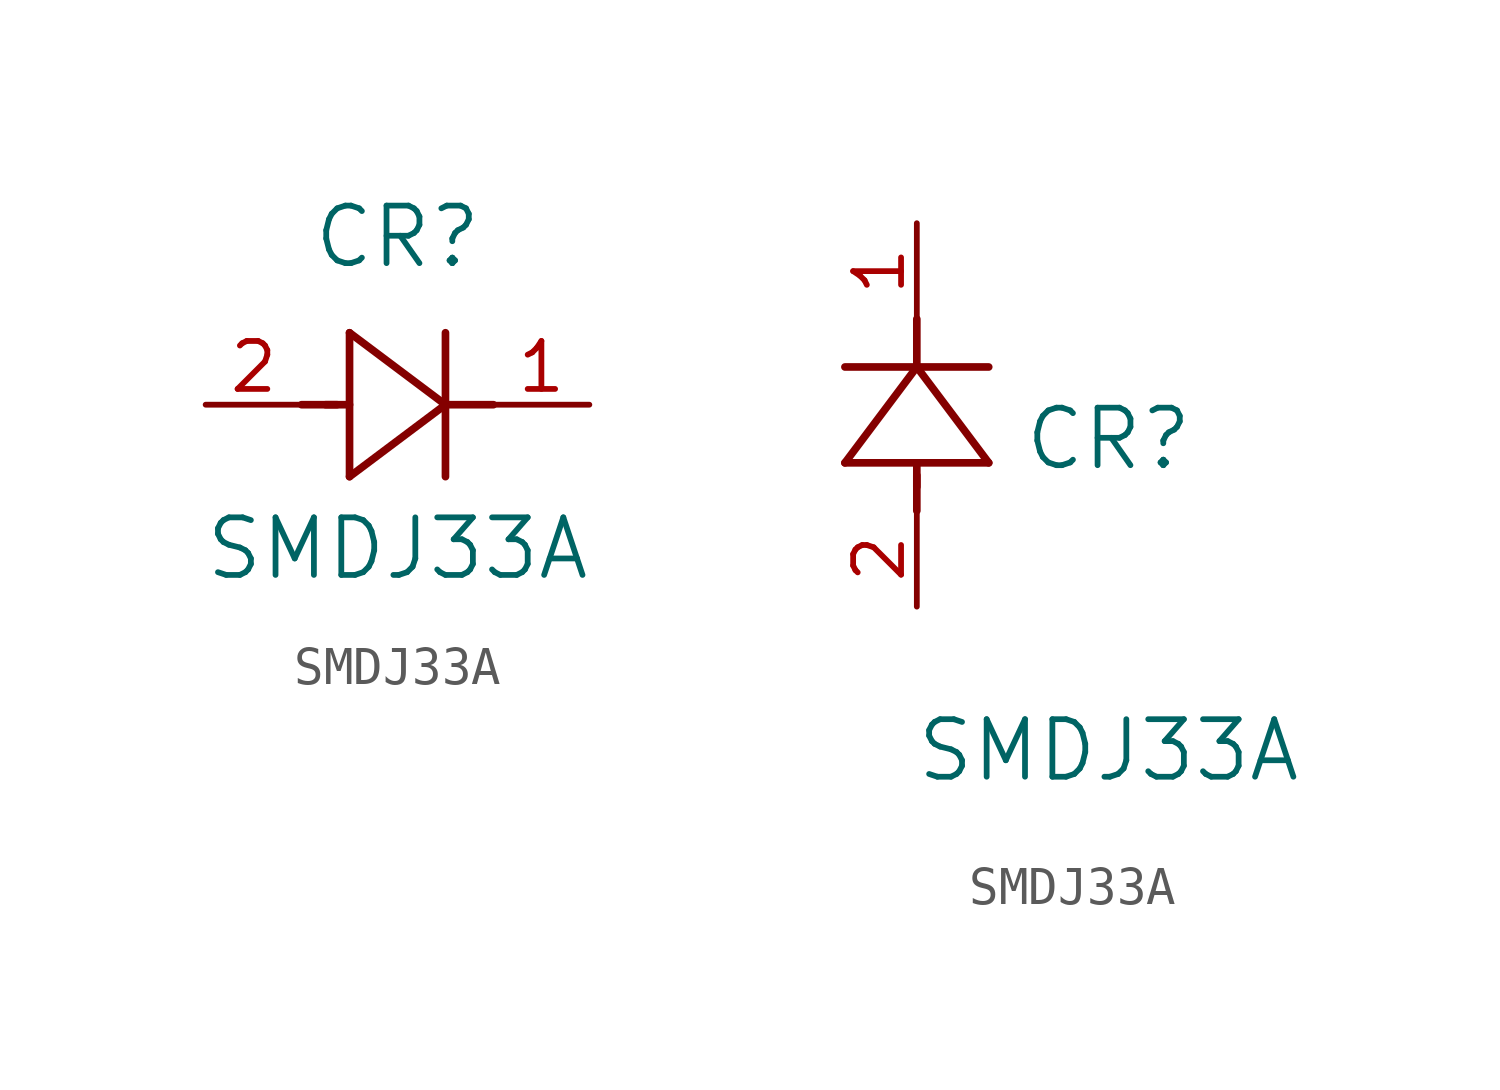
<source format=kicad_sym>
(kicad_symbol_lib
  (version 20211014)
  (generator kicad_symbol_editor)
  (symbol "SMDJ33A"
    (pin_names
      (offset 0.254))
    (property "Reference" "CR"
      (at 5.08 4.445 0)
      (effects (font (size 1.524 1.524))))
    (property "Value" "SMDJ33A"
      (at 5.08 -3.81 0)
      (effects (font (size 1.524 1.524))))
    (symbol "SMDJ33A_1_1"
      (polyline (pts (xy 2.54 0) (xy 3.48 0)) (stroke (width 0.203) (type default) (color 0 0 0 0)) (fill (type none)))
      (polyline (pts (xy 3.81 1.905) (xy 3.81 -1.905)) (stroke (width 0.203) (type default) (color 0 0 0 0)) (fill (type none)))
      (polyline (pts (xy 3.175 0) (xy 3.81 0)) (stroke (width 0.203) (type default) (color 0 0 0 0)) (fill (type none)))
      (polyline (pts (xy 6.35 -1.905) (xy 6.35 1.905)) (stroke (width 0.203) (type default) (color 0 0 0 0)) (fill (type none)))
      (polyline (pts (xy 6.35 0) (xy 7.62 0)) (stroke (width 0.203) (type default) (color 0 0 0 0)) (fill (type none)))
      (polyline (pts (xy 6.35 0) (xy 3.81 1.905)) (stroke (width 0.203) (type default) (color 0 0 0 0)) (fill (type none)))
      (polyline (pts (xy 3.81 -1.905) (xy 6.35 0)) (stroke (width 0.203) (type default) (color 0 0 0 0)) (fill (type none)))
      (pin unspecified line (at 0 0 0) (length 2.54) (name "" (effects (font (size 1.27 1.27)))) (number "2" (effects (font (size 1.27 1.27)))))
      (pin unspecified line (at 10.16 0 180) (length 2.54) (name "" (effects (font (size 1.27 1.27)))) (number "1" (effects (font (size 1.27 1.27))))))
    (symbol "SMDJ33A_1_2"
      (polyline (pts (xy 0 2.54) (xy 0 3.48)) (stroke (width 0.203) (type default) (color 0 0 0 0)) (fill (type none)))
      (polyline (pts (xy -1.905 3.81) (xy 1.905 3.81)) (stroke (width 0.203) (type default) (color 0 0 0 0)) (fill (type none)))
      (polyline (pts (xy 0 3.175) (xy 0 3.81)) (stroke (width 0.203) (type default) (color 0 0 0 0)) (fill (type none)))
      (polyline (pts (xy 1.905 6.35) (xy -1.905 6.35)) (stroke (width 0.203) (type default) (color 0 0 0 0)) (fill (type none)))
      (polyline (pts (xy 0 6.35) (xy 0 7.62)) (stroke (width 0.203) (type default) (color 0 0 0 0)) (fill (type none)))
      (polyline (pts (xy 0 6.35) (xy -1.905 3.81)) (stroke (width 0.203) (type default) (color 0 0 0 0)) (fill (type none)))
      (polyline (pts (xy 1.905 3.81) (xy 0 6.35)) (stroke (width 0.203) (type default) (color 0 0 0 0)) (fill (type none)))
      (pin unspecified line (at 0 0 90) (length 2.54) (name "" (effects (font (size 1.27 1.27)))) (number "2" (effects (font (size 1.27 1.27)))))
      (pin unspecified line (at 0 10.16 270) (length 2.54) (name "" (effects (font (size 1.27 1.27)))) (number "1" (effects (font (size 1.27 1.27))))))))
</source>
